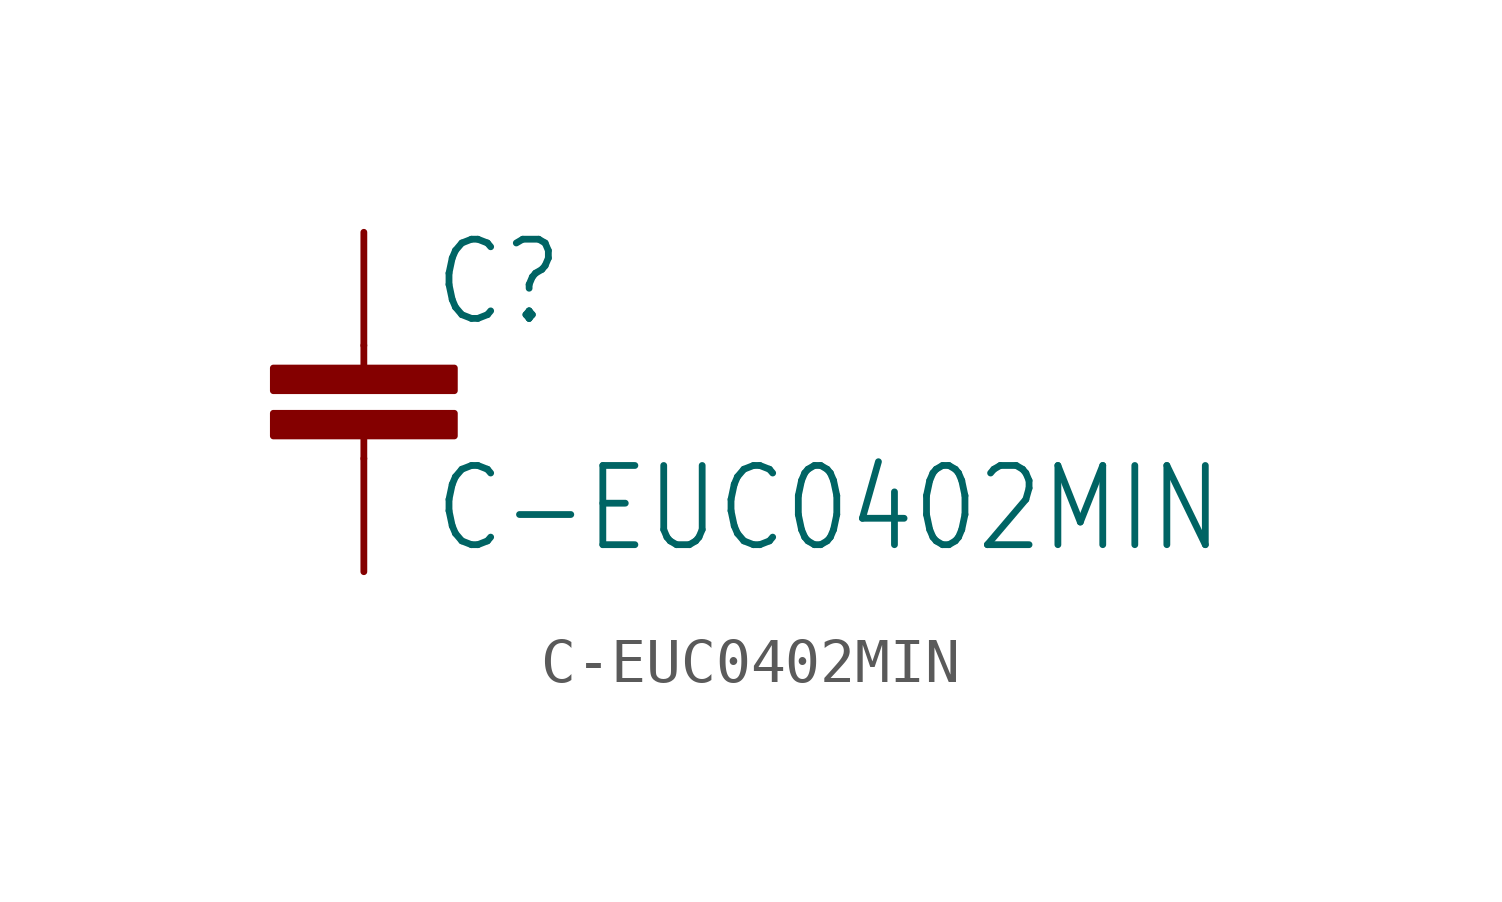
<source format=kicad_sym>
(kicad_symbol_lib
  (version 20211014)
  (generator kicad_symbol_editor)
  (symbol "C-EUC0402MIN"
    (property "Reference" "C"
      (at 1.524 0.381 0)
      (effects (font (size 1.778 1.511)) (justify left bottom)))
    (property "Value" "C-EUC0402MIN"
      (at 1.524 -4.699 0)
      (effects (font (size 1.778 1.511)) (justify left bottom)))
    (property "ki_locked" ""
      (at 0 0 0)
      (effects (font (size 1.27 1.27))))
    (symbol "C-EUC0402MIN_1_0"
      (rectangle (start -2.032 -2.032) (end 2.032 -1.524) (stroke (width 0) (type default) (color 0 0 0 0)) (fill (type outline)))
      (rectangle (start -2.032 -1.016) (end 2.032 -0.508) (stroke (width 0) (type default) (color 0 0 0 0)) (fill (type outline)))
      (polyline (pts (xy 0 -2.54) (xy 0 -2.032)) (stroke (width 0.152) (type default) (color 0 0 0 0)) (fill (type none)))
      (polyline (pts (xy 0 0) (xy 0 -0.508)) (stroke (width 0.152) (type default) (color 0 0 0 0)) (fill (type none)))
      (pin passive line (at 0 2.54 270) (length 2.54) (name "1" (effects (font (size 0 0)))) (number "1" (effects (font (size 0 0)))))
      (pin passive line (at 0 -5.08 90) (length 2.54) (name "2" (effects (font (size 0 0)))) (number "2" (effects (font (size 0 0))))))))
</source>
